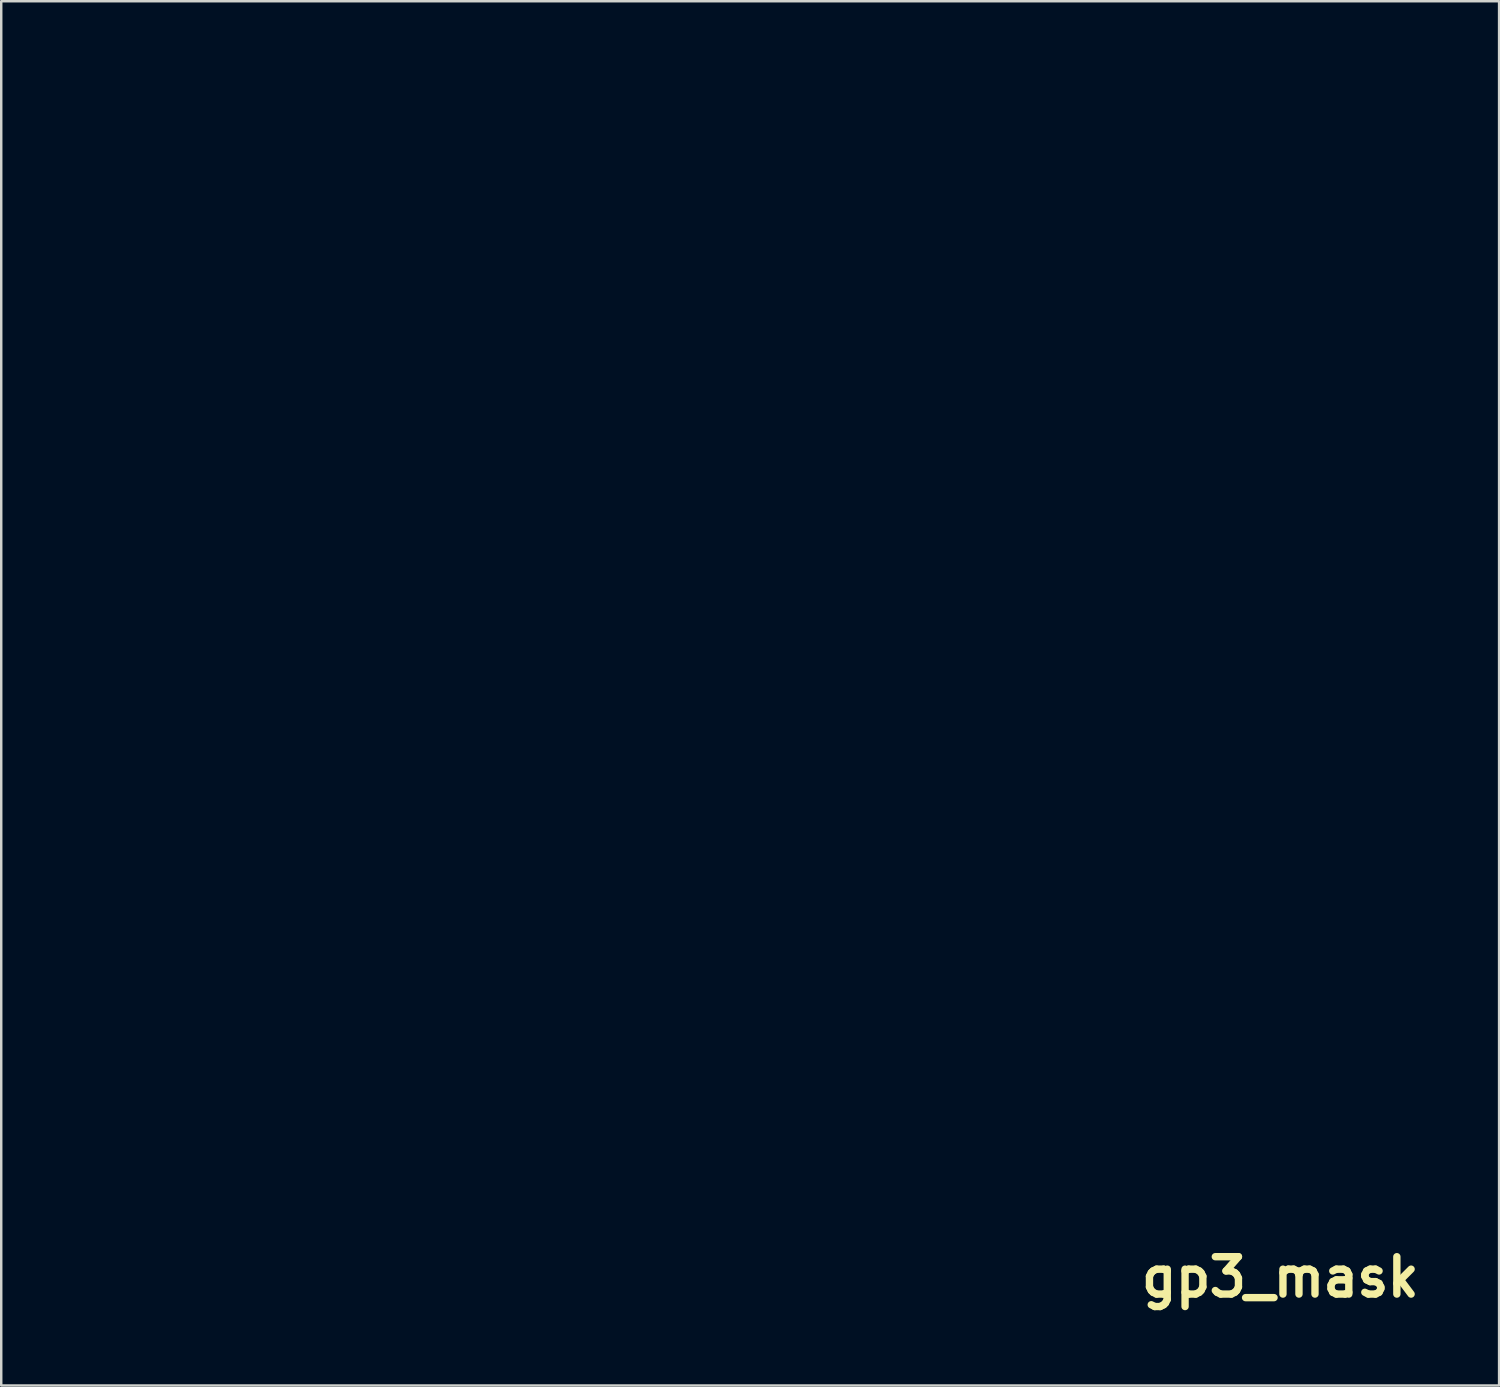
<source format=kicad_pcb>
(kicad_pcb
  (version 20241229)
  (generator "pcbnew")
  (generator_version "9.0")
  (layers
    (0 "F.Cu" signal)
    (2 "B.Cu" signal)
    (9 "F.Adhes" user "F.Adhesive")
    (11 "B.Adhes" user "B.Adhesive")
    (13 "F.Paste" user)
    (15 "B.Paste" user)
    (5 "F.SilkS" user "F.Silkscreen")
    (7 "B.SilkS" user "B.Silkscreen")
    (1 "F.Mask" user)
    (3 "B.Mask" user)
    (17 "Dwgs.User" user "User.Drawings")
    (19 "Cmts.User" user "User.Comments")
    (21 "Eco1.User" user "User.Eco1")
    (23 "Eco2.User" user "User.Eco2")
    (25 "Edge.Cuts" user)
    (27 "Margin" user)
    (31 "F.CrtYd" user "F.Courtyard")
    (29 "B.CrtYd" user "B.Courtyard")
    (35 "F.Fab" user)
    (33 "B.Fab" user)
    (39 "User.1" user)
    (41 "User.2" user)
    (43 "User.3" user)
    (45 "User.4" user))
  (footprint "gp3_mask"
    (layer "F.Cu")
    (at 49.154 49.027)
    (property "Reference" "gp3_mask" (at 0 0 0) (layer "F.SilkS") (effects (font (size 1.524 1.524) (thickness 0.3))))
    (attr through_hole)
    (fp_poly (pts (xy -39.98 -33.037) (xy -39.874 -32.96) (xy -39.836 -32.833) (xy -39.836 -32.824) (xy -39.853 -32.683) (xy -39.914 -32.599) (xy -40.033 -32.561) (xy -40.153 -32.554) (xy -40.297 -32.561) (xy -40.38 -32.585) (xy -40.426 -32.634) (xy -40.427 -32.636) (xy -40.467 -32.776) (xy -40.453 -32.913) (xy -40.404 -32.996) (xy -40.31 -33.043) (xy -40.166 -33.062) (xy -40.153 -33.062) (xy -39.98 -33.037)) (stroke (width 0.01) (type solid)) (fill yes) (layer "F.Mask"))
    (fp_poly (pts (xy -40.064 -32.24) (xy -39.991 -32.202) (xy -39.919 -32.136) (xy -39.793 -32.011) (xy -39.793 -30.353) (xy -40.344 -30.353) (xy -40.344 -31.012) (xy -40.346 -31.301) (xy -40.355 -31.515) (xy -40.373 -31.666) (xy -40.401 -31.762) (xy -40.443 -31.815) (xy -40.499 -31.834) (xy -40.517 -31.835) (xy -40.568 -31.845) (xy -40.591 -31.889) (xy -40.592 -31.988) (xy -40.589 -32.036) (xy -40.577 -32.237) (xy -40.311 -32.249) (xy -40.16 -32.253) (xy -40.064 -32.24)) (stroke (width 0.01) (type solid)) (fill yes) (layer "F.Mask"))
    (fp_poly (pts (xy -40.997 -42.947) (xy -40.897 -42.903) (xy -40.733 -42.779) (xy -40.63 -42.624) (xy -40.576 -42.419) (xy -40.568 -42.346) (xy -40.574 -42.078) (xy -40.637 -41.826) (xy -40.748 -41.602) (xy -40.897 -41.421) (xy -41.077 -41.294) (xy -41.277 -41.235) (xy -41.329 -41.233) (xy -41.421 -41.251) (xy -41.553 -41.299) (xy -41.643 -41.34) (xy -41.861 -41.492) (xy -42.028 -41.695) (xy -42.133 -41.933) (xy -42.164 -42.153) (xy -42.137 -42.318) (xy -42.068 -42.5) (xy -41.975 -42.662) (xy -41.911 -42.735) (xy -41.857 -42.78) (xy -41.847 -42.768) (xy -41.874 -42.688) (xy -41.877 -42.681) (xy -41.903 -42.572) (xy -41.876 -42.48) (xy -41.853 -42.443) (xy -41.753 -42.354) (xy -41.635 -42.334) (xy -41.522 -42.379) (xy -41.442 -42.488) (xy -41.44 -42.493) (xy -41.429 -42.622) (xy -41.49 -42.73) (xy -41.608 -42.798) (xy -41.666 -42.809) (xy -41.804 -42.825) (xy -41.635 -42.904) (xy -41.427 -42.968) (xy -41.203 -42.982) (xy -40.997 -42.947)) (stroke (width 0.01) (type solid)) (fill yes) (layer "F.Mask"))
    (fp_poly (pts (xy -38.053 -32.241) (xy -37.94 -32.192) (xy -37.86 -32.125) (xy -37.8 -32.042) (xy -37.755 -31.931) (xy -37.723 -31.778) (xy -37.7 -31.571) (xy -37.683 -31.298) (xy -37.677 -31.157) (xy -37.667 -30.878) (xy -37.664 -30.673) (xy -37.673 -30.529) (xy -37.697 -30.436) (xy -37.739 -30.384) (xy -37.802 -30.36) (xy -37.892 -30.353) (xy -37.931 -30.353) (xy -38.044 -30.358) (xy -38.127 -30.38) (xy -38.185 -30.431) (xy -38.222 -30.522) (xy -38.244 -30.666) (xy -38.256 -30.873) (xy -38.262 -31.091) (xy -38.268 -31.333) (xy -38.276 -31.505) (xy -38.287 -31.62) (xy -38.304 -31.69) (xy -38.327 -31.73) (xy -38.356 -31.751) (xy -38.451 -31.77) (xy -38.58 -31.734) (xy -38.586 -31.732) (xy -38.735 -31.67) (xy -38.735 -30.353) (xy -39.285 -30.353) (xy -39.285 -32.258) (xy -39.114 -32.258) (xy -38.961 -32.236) (xy -38.844 -32.159) (xy -38.839 -32.154) (xy -38.734 -32.049) (xy -38.581 -32.154) (xy -38.416 -32.229) (xy -38.229 -32.259) (xy -38.053 -32.241)) (stroke (width 0.01) (type solid)) (fill yes) (layer "F.Mask"))
    (fp_poly (pts (xy -31.766 -43.022) (xy -31.639 -42.971) (xy -31.631 -42.968) (xy -31.484 -42.889) (xy -31.353 -42.794) (xy -31.3 -42.743) (xy -31.243 -42.665) (xy -31.212 -42.589) (xy -31.202 -42.485) (xy -31.206 -42.326) (xy -31.207 -42.314) (xy -31.246 -42.043) (xy -31.33 -41.801) (xy -31.449 -41.607) (xy -31.549 -41.512) (xy -31.674 -41.457) (xy -31.85 -41.423) (xy -32.044 -41.412) (xy -32.226 -41.426) (xy -32.322 -41.451) (xy -32.524 -41.567) (xy -32.676 -41.739) (xy -32.769 -41.95) (xy -32.794 -42.182) (xy -32.771 -42.328) (xy -32.695 -42.523) (xy -32.584 -42.696) (xy -32.457 -42.82) (xy -32.415 -42.846) (xy -32.322 -42.894) (xy -32.417 -42.803) (xy -32.497 -42.678) (xy -32.503 -42.55) (xy -32.439 -42.437) (xy -32.311 -42.36) (xy -32.28 -42.351) (xy -32.143 -42.354) (xy -32.035 -42.427) (xy -31.987 -42.524) (xy -31.989 -42.669) (xy -32.068 -42.789) (xy -32.185 -42.861) (xy -32.316 -42.917) (xy -32.084 -42.99) (xy -31.949 -43.029) (xy -31.856 -43.041) (xy -31.766 -43.022)) (stroke (width 0.01) (type solid)) (fill yes) (layer "F.Mask"))
    (fp_poly (pts (xy -33.78 -32.919) (xy -33.558 -32.841) (xy -33.313 -32.727) (xy -33.401 -32.554) (xy -33.466 -32.445) (xy -33.525 -32.373) (xy -33.543 -32.36) (xy -33.611 -32.365) (xy -33.722 -32.399) (xy -33.785 -32.425) (xy -33.985 -32.487) (xy -34.205 -32.509) (xy -34.412 -32.491) (xy -34.55 -32.445) (xy -34.688 -32.327) (xy -34.784 -32.136) (xy -34.837 -31.874) (xy -34.849 -31.64) (xy -34.83 -31.339) (xy -34.769 -31.108) (xy -34.662 -30.942) (xy -34.505 -30.836) (xy -34.293 -30.784) (xy -34.146 -30.776) (xy -33.867 -30.776) (xy -33.867 -31.316) (xy -34.038 -31.338) (xy -34.203 -31.378) (xy -34.297 -31.449) (xy -34.332 -31.559) (xy -34.332 -31.582) (xy -34.326 -31.705) (xy -34.296 -31.78) (xy -34.225 -31.819) (xy -34.097 -31.833) (xy -33.974 -31.835) (xy -33.724 -31.823) (xy -33.546 -31.788) (xy -33.428 -31.723) (xy -33.361 -31.629) (xy -33.34 -31.53) (xy -33.328 -31.361) (xy -33.324 -31.135) (xy -33.326 -30.986) (xy -33.337 -30.459) (xy -33.549 -30.405) (xy -33.749 -30.366) (xy -33.98 -30.34) (xy -34.219 -30.327) (xy -34.441 -30.328) (xy -34.624 -30.344) (xy -34.724 -30.368) (xy -34.979 -30.498) (xy -35.175 -30.674) (xy -35.313 -30.904) (xy -35.398 -31.192) (xy -35.432 -31.544) (xy -35.433 -31.623) (xy -35.402 -31.991) (xy -35.312 -32.307) (xy -35.165 -32.567) (xy -34.962 -32.766) (xy -34.706 -32.902) (xy -34.675 -32.913) (xy -34.395 -32.969) (xy -34.086 -32.97) (xy -33.78 -32.919)) (stroke (width 0.01) (type solid)) (fill yes) (layer "F.Mask"))
    (fp_poly (pts (xy -35.966 -32.257) (xy -35.831 -32.251) (xy -35.728 -32.234) (xy -35.697 -32.223) (xy -35.684 -32.193) (xy -35.686 -32.124) (xy -35.705 -32.007) (xy -35.743 -31.835) (xy -35.8 -31.6) (xy -35.88 -31.293) (xy -35.898 -31.224) (xy -36.004 -30.83) (xy -36.095 -30.51) (xy -36.176 -30.255) (xy -36.25 -30.056) (xy -36.322 -29.905) (xy -36.395 -29.792) (xy -36.474 -29.709) (xy -36.563 -29.648) (xy -36.649 -29.607) (xy -36.765 -29.578) (xy -36.933 -29.56) (xy -37.118 -29.554) (xy -37.289 -29.561) (xy -37.391 -29.578) (xy -37.449 -29.632) (xy -37.463 -29.742) (xy -37.43 -29.888) (xy -37.425 -29.901) (xy -37.395 -29.964) (xy -37.348 -29.987) (xy -37.26 -29.978) (xy -37.2 -29.966) (xy -36.998 -29.95) (xy -36.841 -30.003) (xy -36.718 -30.127) (xy -36.703 -30.151) (xy -36.639 -30.265) (xy -36.626 -30.326) (xy -36.665 -30.35) (xy -36.719 -30.353) (xy -36.798 -30.36) (xy -36.865 -30.388) (xy -36.924 -30.445) (xy -36.98 -30.542) (xy -37.039 -30.688) (xy -37.105 -30.892) (xy -37.183 -31.164) (xy -37.232 -31.346) (xy -37.313 -31.651) (xy -37.371 -31.883) (xy -37.407 -32.049) (xy -37.422 -32.156) (xy -37.419 -32.213) (xy -37.41 -32.224) (xy -37.324 -32.25) (xy -37.198 -32.257) (xy -37.065 -32.249) (xy -36.959 -32.225) (xy -36.921 -32.202) (xy -36.896 -32.143) (xy -36.857 -32.019) (xy -36.809 -31.847) (xy -36.757 -31.646) (xy -36.704 -31.432) (xy -36.657 -31.224) (xy -36.618 -31.039) (xy -36.599 -30.935) (xy -36.571 -30.839) (xy -36.535 -30.781) (xy -36.504 -30.774) (xy -36.492 -30.829) (xy -36.483 -30.887) (xy -36.458 -31.011) (xy -36.421 -31.189) (xy -36.374 -31.404) (xy -36.337 -31.57) (xy -36.182 -32.258) (xy -35.966 -32.257)) (stroke (width 0.01) (type solid)) (fill yes) (layer "F.Mask"))
    (fp_poly (pts (xy -36.353 -39.38) (xy -36.185 -39.351) (xy -36.062 -39.287) (xy -35.964 -39.177) (xy -35.872 -39.011) (xy -35.866 -38.998) (xy -35.781 -38.843) (xy -35.689 -38.739) (xy -35.563 -38.655) (xy -35.551 -38.649) (xy -35.343 -38.519) (xy -35.201 -38.386) (xy -35.108 -38.228) (xy -35.072 -38.127) (xy -35.018 -37.851) (xy -35.022 -37.597) (xy -35.079 -37.394) (xy -35.177 -37.246) (xy -35.313 -37.153) (xy -35.492 -37.102) (xy -35.629 -37.065) (xy -35.721 -37.002) (xy -35.779 -36.898) (xy -35.811 -36.736) (xy -35.824 -36.593) (xy -35.862 -36.304) (xy -35.93 -36.093) (xy -36.03 -35.955) (xy -36.124 -35.9) (xy -36.237 -35.878) (xy -36.401 -35.864) (xy -36.588 -35.86) (xy -36.768 -35.866) (xy -36.914 -35.88) (xy -36.98 -35.897) (xy -37.06 -35.949) (xy -37.16 -36.041) (xy -37.203 -36.086) (xy -37.273 -36.173) (xy -37.314 -36.252) (xy -37.333 -36.351) (xy -37.338 -36.498) (xy -37.338 -36.553) (xy -37.339 -36.645) (xy -37.126 -36.645) (xy -37.107 -36.401) (xy -37.049 -36.23) (xy -36.952 -36.134) (xy -36.85 -36.11) (xy -36.777 -36.128) (xy -36.729 -36.196) (xy -36.705 -36.269) (xy -36.686 -36.371) (xy -36.509 -36.371) (xy -36.505 -36.244) (xy -36.492 -36.166) (xy -36.467 -36.121) (xy -36.426 -36.091) (xy -36.407 -36.081) (xy -36.308 -36.036) (xy -36.247 -36.036) (xy -36.189 -36.08) (xy -36.178 -36.091) (xy -36.107 -36.208) (xy -36.055 -36.385) (xy -36.028 -36.601) (xy -36.026 -36.687) (xy -36.05 -36.875) (xy -36.116 -37.02) (xy -36.216 -37.108) (xy -36.299 -37.126) (xy -36.383 -37.113) (xy -36.441 -37.065) (xy -36.479 -36.971) (xy -36.499 -36.817) (xy -36.507 -36.593) (xy -36.508 -36.566) (xy -36.509 -36.371) (xy -36.686 -36.371) (xy -36.673 -36.44) (xy -36.66 -36.628) (xy -36.666 -36.81) (xy -36.69 -36.959) (xy -36.731 -37.049) (xy -36.838 -37.118) (xy -36.955 -37.105) (xy -37.042 -37.042) (xy -37.088 -36.98) (xy -37.114 -36.894) (xy -37.125 -36.76) (xy -37.126 -36.645) (xy -37.339 -36.645) (xy -37.341 -36.752) (xy -37.355 -36.881) (xy -37.386 -36.956) (xy -37.442 -36.99) (xy -37.529 -36.999) (xy -37.548 -36.999) (xy -37.716 -37.036) (xy -37.888 -37.131) (xy -38.036 -37.267) (xy -38.129 -37.414) (xy -38.178 -37.633) (xy -38.176 -37.659) (xy -37.884 -37.659) (xy -37.865 -37.566) (xy -37.82 -37.501) (xy -37.673 -37.381) (xy -37.493 -37.322) (xy -37.264 -37.319) (xy -37.232 -37.323) (xy -37.103 -37.333) (xy -36.91 -37.343) (xy -36.674 -37.351) (xy -36.415 -37.358) (xy -36.243 -37.361) (xy -35.972 -37.366) (xy -35.773 -37.372) (xy -35.631 -37.381) (xy -35.533 -37.395) (xy -35.465 -37.415) (xy -35.414 -37.443) (xy -35.396 -37.455) (xy -35.327 -37.522) (xy -35.294 -37.605) (xy -35.287 -37.736) (xy -35.287 -37.746) (xy -35.32 -37.975) (xy -35.406 -38.178) (xy -35.534 -38.33) (xy -35.578 -38.361) (xy -35.737 -38.417) (xy -35.937 -38.42) (xy -36.154 -38.373) (xy -36.299 -38.313) (xy -36.449 -38.252) (xy -36.599 -38.232) (xy -36.773 -38.253) (xy -36.993 -38.312) (xy -37.198 -38.37) (xy -37.35 -38.392) (xy -37.473 -38.38) (xy -37.59 -38.334) (xy -37.593 -38.332) (xy -37.734 -38.212) (xy -37.829 -38.021) (xy -37.875 -37.801) (xy -37.884 -37.659) (xy -38.176 -37.659) (xy -38.16 -37.872) (xy -38.085 -38.112) (xy -37.959 -38.331) (xy -37.791 -38.509) (xy -37.665 -38.592) (xy -37.564 -38.683) (xy -37.455 -38.853) (xy -37.411 -38.938) (xy -37.314 -39.115) (xy -37.208 -39.239) (xy -37.078 -39.318) (xy -36.905 -39.363) (xy -36.672 -39.382) (xy -36.584 -39.384) (xy -36.353 -39.38)) (stroke (width 0.01) (type solid)) (fill yes) (layer "F.Mask"))
    (fp_poly (pts (xy -26.993 -48.894) (xy -26.889 -48.725) (xy -26.819 -48.523) (xy -26.797 -48.364) (xy -26.768 -48.256) (xy -26.677 -48.195) (xy -26.518 -48.175) (xy -26.513 -48.175) (xy -26.389 -48.168) (xy -26.198 -48.146) (xy -25.958 -48.113) (xy -25.684 -48.072) (xy -25.393 -48.026) (xy -25.102 -47.976) (xy -24.827 -47.927) (xy -24.585 -47.879) (xy -24.392 -47.837) (xy -24.288 -47.81) (xy -24.256 -47.793) (xy -24.236 -47.756) (xy -24.224 -47.682) (xy -24.22 -47.56) (xy -24.222 -47.374) (xy -24.224 -47.255) (xy -24.236 -46.721) (xy -24.998 -46.564) (xy -25.261 -46.509) (xy -25.514 -46.457) (xy -25.738 -46.411) (xy -25.914 -46.375) (xy -26.007 -46.356) (xy -26.134 -46.326) (xy -26.215 -46.3) (xy -26.234 -46.286) (xy -26.18 -46.264) (xy -26.057 -46.23) (xy -25.881 -46.188) (xy -25.665 -46.139) (xy -25.426 -46.088) (xy -25.176 -46.038) (xy -24.932 -45.991) (xy -24.709 -45.951) (xy -24.519 -45.92) (xy -24.437 -45.909) (xy -24.215 -45.881) (xy -24.215 -45.334) (xy -24.217 -45.089) (xy -24.225 -44.92) (xy -24.24 -44.818) (xy -24.262 -44.773) (xy -24.268 -44.77) (xy -24.325 -44.756) (xy -24.45 -44.728) (xy -24.628 -44.688) (xy -24.845 -44.64) (xy -25.019 -44.602) (xy -25.341 -44.532) (xy -25.589 -44.476) (xy -25.772 -44.431) (xy -25.899 -44.397) (xy -25.98 -44.369) (xy -26.022 -44.346) (xy -26.035 -44.324) (xy -26.035 -44.323) (xy -26.011 -44.294) (xy -25.936 -44.26) (xy -25.802 -44.219) (xy -25.605 -44.17) (xy -25.337 -44.11) (xy -24.993 -44.038) (xy -24.924 -44.024) (xy -24.215 -43.88) (xy -24.215 -43.323) (xy -24.215 -42.766) (xy -24.458 -42.739) (xy -24.654 -42.712) (xy -24.879 -42.674) (xy -25.12 -42.628) (xy -25.361 -42.578) (xy -25.588 -42.527) (xy -25.788 -42.477) (xy -25.946 -42.432) (xy -26.047 -42.396) (xy -26.077 -42.374) (xy -26.064 -42.353) (xy -26.02 -42.329) (xy -25.936 -42.301) (xy -25.803 -42.265) (xy -25.614 -42.22) (xy -25.36 -42.164) (xy -25.032 -42.093) (xy -24.977 -42.081) (xy -24.236 -41.923) (xy -24.236 -40.831) (xy -24.363 -40.817) (xy -24.443 -40.805) (xy -24.591 -40.778) (xy -24.791 -40.741) (xy -25.03 -40.695) (xy -25.291 -40.643) (xy -25.32 -40.637) (xy -25.588 -40.585) (xy -25.839 -40.54) (xy -26.058 -40.503) (xy -26.227 -40.478) (xy -26.332 -40.468) (xy -26.336 -40.468) (xy -26.503 -40.46) (xy -26.586 -40.446) (xy -26.588 -40.424) (xy -26.508 -40.396) (xy -26.35 -40.362) (xy -26.113 -40.323) (xy -26.008 -40.308) (xy -25.719 -40.264) (xy -25.404 -40.212) (xy -25.096 -40.158) (xy -24.831 -40.106) (xy -24.786 -40.097) (xy -24.236 -39.981) (xy -24.224 -39.446) (xy -24.22 -39.223) (xy -24.221 -39.071) (xy -24.229 -38.975) (xy -24.245 -38.921) (xy -24.27 -38.895) (xy -24.288 -38.889) (xy -24.393 -38.863) (xy -24.565 -38.827) (xy -24.786 -38.783) (xy -25.039 -38.735) (xy -25.309 -38.687) (xy -25.576 -38.64) (xy -25.825 -38.599) (xy -26.038 -38.566) (xy -26.156 -38.549) (xy -26.348 -38.522) (xy -26.507 -38.498) (xy -26.616 -38.478) (xy -26.656 -38.467) (xy -26.627 -38.454) (xy -26.533 -38.438) (xy -26.392 -38.421) (xy -26.366 -38.419) (xy -26.219 -38.401) (xy -26.01 -38.369) (xy -25.762 -38.327) (xy -25.496 -38.279) (xy -25.315 -38.244) (xy -25.062 -38.195) (xy -24.826 -38.149) (xy -24.624 -38.109) (xy -24.475 -38.081) (xy -24.405 -38.068) (xy -24.236 -38.036) (xy -24.224 -37.497) (xy -24.221 -37.294) (xy -24.223 -37.126) (xy -24.228 -37.009) (xy -24.236 -36.958) (xy -24.237 -36.957) (xy -24.301 -36.948) (xy -24.429 -36.922) (xy -24.608 -36.884) (xy -24.821 -36.836) (xy -25.054 -36.783) (xy -25.293 -36.727) (xy -25.523 -36.672) (xy -25.728 -36.622) (xy -25.895 -36.579) (xy -26.008 -36.548) (xy -26.052 -36.532) (xy -26.049 -36.492) (xy -25.985 -36.454) (xy -25.849 -36.412) (xy -25.651 -36.362) (xy -25.414 -36.309) (xy -25.162 -36.258) (xy -24.917 -36.214) (xy -24.7 -36.181) (xy -24.543 -36.164) (xy -24.215 -36.141) (xy -24.215 -35.541) (xy -24.215 -34.942) (xy -24.627 -34.889) (xy -24.846 -34.857) (xy -25.083 -34.815) (xy -25.321 -34.766) (xy -25.547 -34.715) (xy -25.745 -34.664) (xy -25.9 -34.618) (xy -25.997 -34.579) (xy -26.023 -34.559) (xy -25.99 -34.531) (xy -25.882 -34.489) (xy -25.708 -34.437) (xy -25.476 -34.376) (xy -25.196 -34.309) (xy -24.875 -34.238) (xy -24.585 -34.178) (xy -24.215 -34.103) (xy -24.215 -33.548) (xy -24.215 -32.993) (xy -24.602 -32.941) (xy -24.774 -32.915) (xy -24.985 -32.878) (xy -25.217 -32.834) (xy -25.457 -32.786) (xy -25.688 -32.737) (xy -25.895 -32.69) (xy -26.062 -32.649) (xy -26.175 -32.617) (xy -26.215 -32.6) (xy -26.184 -32.584) (xy -26.081 -32.554) (xy -25.917 -32.513) (xy -25.702 -32.464) (xy -25.447 -32.408) (xy -25.231 -32.363) (xy -24.215 -32.155) (xy -24.215 -31.08) (xy -24.433 -31.033) (xy -24.701 -30.978) (xy -25.002 -30.921) (xy -25.317 -30.865) (xy -25.628 -30.813) (xy -25.918 -30.767) (xy -26.167 -30.732) (xy -26.358 -30.709) (xy -26.408 -30.705) (xy -26.575 -30.688) (xy -26.678 -30.669) (xy -26.71 -30.649) (xy -26.704 -30.644) (xy -26.624 -30.618) (xy -26.517 -30.608) (xy -26.439 -30.6) (xy -26.292 -30.579) (xy -26.087 -30.547) (xy -25.838 -30.506) (xy -25.558 -30.457) (xy -25.331 -30.417) (xy -25.043 -30.365) (xy -24.782 -30.318) (xy -24.56 -30.279) (xy -24.39 -30.249) (xy -24.281 -30.231) (xy -24.246 -30.226) (xy -24.235 -30.186) (xy -24.225 -30.078) (xy -24.218 -29.916) (xy -24.215 -29.717) (xy -24.215 -29.682) (xy -24.215 -29.138) (xy -24.839 -29.008) (xy -25.115 -28.951) (xy -25.416 -28.892) (xy -25.707 -28.837) (xy -25.954 -28.792) (xy -25.971 -28.789) (xy -26.246 -28.741) (xy -26.45 -28.704) (xy -26.593 -28.674) (xy -26.688 -28.645) (xy -26.746 -28.613) (xy -26.779 -28.572) (xy -26.798 -28.518) (xy -26.816 -28.447) (xy -26.819 -28.434) (xy -26.878 -28.269) (xy -26.963 -28.101) (xy -26.994 -28.053) (xy -27.119 -27.877) (xy -46.252 -27.855) (xy -46.387 -28.077) (xy -46.468 -28.23) (xy -46.532 -28.385) (xy -46.556 -28.469) (xy -46.569 -28.532) (xy -46.583 -28.579) (xy -46.612 -28.615) (xy -46.667 -28.645) (xy -46.759 -28.672) (xy -46.899 -28.701) (xy -47.099 -28.738) (xy -47.371 -28.786) (xy -47.599 -28.827) (xy -47.877 -28.88) (xy -48.173 -28.938) (xy -48.455 -28.995) (xy -48.503 -29.005) (xy -49.149 -29.138) (xy -49.149 -30.212) (xy -48.419 -30.346) (xy -48.138 -30.396) (xy -47.847 -30.447) (xy -47.573 -30.494) (xy -47.34 -30.532) (xy -47.244 -30.547) (xy -46.989 -30.586) (xy -46.813 -30.616) (xy -46.712 -30.639) (xy -46.682 -30.656) (xy -46.719 -30.671) (xy -46.817 -30.685) (xy -46.937 -30.696) (xy -47.095 -30.715) (xy -47.317 -30.747) (xy -47.586 -30.789) (xy -47.884 -30.839) (xy -48.191 -30.892) (xy -48.491 -30.947) (xy -48.765 -31) (xy -48.948 -31.037) (xy -49.149 -31.08) (xy -49.149 -32.153) (xy -48.133 -32.362) (xy -47.855 -32.421) (xy -47.608 -32.475) (xy -47.404 -32.523) (xy -47.252 -32.562) (xy -47.165 -32.589) (xy -47.149 -32.6) (xy -47.204 -32.622) (xy -47.327 -32.655) (xy -47.503 -32.698) (xy -47.715 -32.745) (xy -47.949 -32.795) (xy -48.188 -32.843) (xy -48.418 -32.887) (xy -48.624 -32.922) (xy -48.768 -32.944) (xy -49.149 -32.996) (xy -49.149 -34.102) (xy -48.779 -34.176) (xy -48.438 -34.248) (xy -48.127 -34.318) (xy -47.855 -34.384) (xy -47.632 -34.443) (xy -47.466 -34.494) (xy -47.366 -34.534) (xy -47.341 -34.559) (xy -47.389 -34.591) (xy -47.505 -34.633) (xy -47.675 -34.682) (xy -47.884 -34.733) (xy -48.116 -34.784) (xy -48.357 -34.831) (xy -48.591 -34.869) (xy -48.715 -34.886) (xy -49.149 -34.941) (xy -49.149 -36.141) (xy -48.821 -36.164) (xy -48.654 -36.182) (xy -48.436 -36.216) (xy -48.189 -36.261) (xy -47.937 -36.312) (xy -47.702 -36.364) (xy -47.507 -36.414) (xy -47.378 -36.454) (xy -47.311 -36.496) (xy -47.311 -36.532) (xy -47.358 -36.549) (xy -47.474 -36.58) (xy -47.642 -36.623) (xy -47.849 -36.674) (xy -48.079 -36.729) (xy -48.318 -36.785) (xy -48.551 -36.838) (xy -48.763 -36.885) (xy -48.94 -36.923) (xy -49.066 -36.948) (xy -49.126 -36.957) (xy -49.135 -36.997) (xy -49.14 -37.105) (xy -49.142 -37.266) (xy -49.14 -37.465) (xy -49.14 -37.497) (xy -49.128 -38.036) (xy -49.063 -38.048) (xy -45.364 -38.048) (xy -45.363 -37.308) (xy -45.363 -36.572) (xy -45.362 -35.848) (xy -45.36 -35.139) (xy -45.358 -34.45) (xy -45.356 -33.787) (xy -45.354 -33.154) (xy -45.351 -32.557) (xy -45.347 -32) (xy -45.344 -31.488) (xy -45.339 -31.026) (xy -45.335 -30.619) (xy -45.33 -30.273) (xy -45.325 -29.992) (xy -45.319 -29.78) (xy -45.313 -29.644) (xy -45.307 -29.588) (xy -45.198 -29.397) (xy -45.025 -29.225) (xy -44.806 -29.091) (xy -44.678 -29.04) (xy -44.529 -28.997) (xy -44.4 -28.967) (xy -44.336 -28.958) (xy -44.243 -28.956) (xy -44.25 -31.946) (xy -43.75 -31.946) (xy -43.75 -31.458) (xy -43.748 -30.996) (xy -43.745 -30.567) (xy -43.741 -30.182) (xy -43.736 -29.847) (xy -43.729 -29.573) (xy -43.722 -29.366) (xy -43.713 -29.242) (xy -43.681 -28.914) (xy -41.487 -28.914) (xy -41.486 -29.157) (xy -41.485 -29.192) (xy -41.402 -29.192) (xy -41.402 -29.002) (xy -41.053 -28.987) (xy -40.962 -28.985) (xy -40.793 -28.983) (xy -40.551 -28.981) (xy -40.244 -28.979) (xy -39.876 -28.977) (xy -39.456 -28.974) (xy -38.988 -28.972) (xy -38.479 -28.97) (xy -37.936 -28.969) (xy -37.364 -28.967) (xy -36.769 -28.965) (xy -36.396 -28.965) (xy -35.697 -28.963) (xy -35.078 -28.962) (xy -34.535 -28.962) (xy -34.061 -28.961) (xy -33.652 -28.962) (xy -33.305 -28.963) (xy -33.012 -28.964) (xy -32.771 -28.967) (xy -32.576 -28.97) (xy -32.421 -28.974) (xy -32.304 -28.979) (xy -32.217 -28.986) (xy -32.157 -28.993) (xy -32.12 -29.002) (xy -32.099 -29.012) (xy -32.09 -29.023) (xy -32.089 -29.033) (xy -32.098 -29.141) (xy -32.126 -29.314) (xy -32.168 -29.538) (xy -32.222 -29.795) (xy -32.263 -29.979) (xy -32.308 -30.159) (xy -32.345 -30.272) (xy -32.384 -30.336) (xy -32.43 -30.365) (xy -32.444 -30.369) (xy -32.621 -30.455) (xy -32.768 -30.607) (xy -32.879 -30.81) (xy -32.95 -31.051) (xy -32.973 -31.289) (xy -32.386 -31.289) (xy -32.378 -31.102) (xy -32.358 -30.943) (xy -32.325 -30.838) (xy -32.319 -30.828) (xy -32.223 -30.756) (xy -32.095 -30.733) (xy -31.975 -30.767) (xy -31.914 -30.849) (xy -31.868 -30.991) (xy -31.84 -31.172) (xy -31.832 -31.368) (xy -31.847 -31.558) (xy -31.881 -31.702) (xy -31.956 -31.816) (xy -32.066 -31.873) (xy -32.186 -31.871) (xy -32.291 -31.807) (xy -32.33 -31.75) (xy -32.362 -31.639) (xy -32.38 -31.476) (xy -32.386 -31.289) (xy -32.973 -31.289) (xy -32.975 -31.313) (xy -32.95 -31.583) (xy -32.914 -31.724) (xy -32.839 -31.961) (xy -32.956 -32.283) (xy -33.019 -32.44) (xy -33.109 -32.648) (xy -33.217 -32.884) (xy -33.331 -33.123) (xy -33.366 -33.195) (xy -33.548 -33.538) (xy -33.725 -33.813) (xy -33.909 -34.037) (xy -34.115 -34.224) (xy -34.354 -34.389) (xy -34.389 -34.411) (xy -34.827 -34.631) (xy -35.308 -34.798) (xy -35.823 -34.914) (xy -36.359 -34.979) (xy -36.905 -34.994) (xy -37.451 -34.961) (xy -37.984 -34.879) (xy -38.495 -34.75) (xy -38.971 -34.575) (xy -39.401 -34.354) (xy -39.774 -34.089) (xy -39.91 -33.966) (xy -40.062 -33.806) (xy -40.181 -33.646) (xy -40.289 -33.456) (xy -40.359 -33.31) (xy -40.567 -32.823) (xy -40.761 -32.299) (xy -40.936 -31.753) (xy -41.089 -31.2) (xy -41.217 -30.656) (xy -41.314 -30.137) (xy -41.377 -29.658) (xy -41.402 -29.236) (xy -41.402 -29.192) (xy -41.485 -29.192) (xy -41.481 -29.313) (xy -41.468 -29.514) (xy -41.448 -29.736) (xy -41.425 -29.951) (xy -41.402 -30.134) (xy -41.38 -30.258) (xy -41.373 -30.307) (xy -41.393 -30.336) (xy -41.456 -30.349) (xy -41.58 -30.353) (xy -41.655 -30.353) (xy -41.952 -30.353) (xy -41.952 -32.462) (xy -41.36 -32.462) (xy -41.356 -31.482) (xy -41.353 -30.501) (xy -41.254 -30.924) (xy -41.198 -31.146) (xy -41.127 -31.41) (xy -41.051 -31.679) (xy -40.998 -31.856) (xy -40.937 -32.055) (xy -40.884 -32.229) (xy -40.844 -32.358) (xy -40.824 -32.426) (xy -40.823 -32.427) (xy -40.826 -32.461) (xy -40.872 -32.478) (xy -40.976 -32.481) (xy -41.082 -32.477) (xy -41.36 -32.462) (xy -41.952 -32.462) (xy -41.952 -32.47) (xy -42.587 -32.47) (xy -42.587 -32.935) (xy -41.661 -32.935) (xy -41.356 -32.935) (xy -41.125 -32.933) (xy -40.958 -32.928) (xy -40.843 -32.921) (xy -40.77 -32.909) (xy -40.729 -32.892) (xy -40.709 -32.87) (xy -40.705 -32.861) (xy -40.681 -32.85) (xy -40.64 -32.906) (xy -40.577 -33.034) (xy -40.515 -33.179) (xy -40.333 -33.556) (xy -40.125 -33.864) (xy -39.881 -34.116) (xy -39.789 -34.191) (xy -39.326 -34.495) (xy -38.812 -34.734) (xy -38.246 -34.908) (xy -37.627 -35.018) (xy -36.953 -35.065) (xy -36.767 -35.067) (xy -36.142 -35.04) (xy -35.58 -34.96) (xy -35.077 -34.827) (xy -34.627 -34.638) (xy -34.226 -34.391) (xy -33.87 -34.086) (xy -33.865 -34.081) (xy -33.74 -33.951) (xy -33.63 -33.821) (xy -33.528 -33.682) (xy -33.429 -33.522) (xy -33.326 -33.331) (xy -33.215 -33.099) (xy -33.09 -32.815) (xy -32.944 -32.47) (xy -32.835 -32.203) (xy -32.769 -32.043) (xy -32.607 -32.15) (xy -32.377 -32.256) (xy -32.128 -32.292) (xy -31.88 -32.261) (xy -31.653 -32.162) (xy -31.521 -32.057) (xy -31.395 -31.904) (xy -31.316 -31.73) (xy -31.275 -31.516) (xy -31.265 -31.284) (xy -31.296 -30.971) (xy -31.385 -30.718) (xy -31.532 -30.525) (xy -31.737 -30.394) (xy -31.997 -30.326) (xy -32.023 -30.323) (xy -32.159 -30.305) (xy -32.227 -30.282) (xy -32.241 -30.247) (xy -32.236 -30.231) (xy -32.219 -30.166) (xy -32.191 -30.035) (xy -32.154 -29.856) (xy -32.113 -29.646) (xy -32.102 -29.591) (xy -32.062 -29.378) (xy -32.026 -29.193) (xy -31.998 -29.053) (xy -31.981 -28.974) (xy -31.979 -28.966) (xy -31.957 -28.95) (xy -31.895 -28.937) (xy -31.787 -28.929) (xy -31.624 -28.923) (xy -31.398 -28.921) (xy -31.103 -28.921) (xy -30.768 -28.924) (xy -29.571 -28.935) (xy -29.54 -29.104) (xy -29.523 -29.242) (xy -29.509 -29.458) (xy -29.497 -29.745) (xy -29.488 -30.097) (xy -29.481 -30.507) (xy -29.477 -30.97) (xy -29.475 -31.477) (xy -29.476 -32.023) (xy -29.48 -32.602) (xy -29.487 -33.205) (xy -29.496 -33.828) (xy -29.505 -34.279) (xy -29.514 -34.75) (xy -29.525 -35.201) (xy -29.535 -35.624) (xy -29.545 -36.01) (xy -29.555 -36.352) (xy -29.564 -36.643) (xy -29.572 -36.873) (xy -29.579 -37.035) (xy -29.585 -37.121) (xy -29.585 -37.125) (xy -29.612 -37.336) (xy -29.824 -37.168) (xy -30.083 -37.005) (xy -30.402 -36.882) (xy -30.784 -36.797) (xy -31.234 -36.751) (xy -31.656 -36.74) (xy -32.068 -36.753) (xy -32.419 -36.79) (xy -32.732 -36.859) (xy -33.029 -36.964) (xy -33.333 -37.111) (xy -33.496 -37.203) (xy -33.941 -37.513) (xy -34.331 -37.886) (xy -34.662 -38.314) (xy -34.929 -38.792) (xy -35.127 -39.313) (xy -35.162 -39.434) (xy -35.227 -39.783) (xy -35.256 -40.185) (xy -35.254 -40.358) (xy -34.778 -40.358) (xy -34.761 -40.019) (xy -34.722 -39.713) (xy -34.68 -39.527) (xy -34.495 -39.022) (xy -34.243 -38.568) (xy -33.928 -38.167) (xy -33.553 -37.824) (xy -33.119 -37.541) (xy -33.062 -37.511) (xy -32.622 -37.318) (xy -32.178 -37.199) (xy -31.717 -37.152) (xy -31.225 -37.174) (xy -30.946 -37.214) (xy -30.614 -37.313) (xy -30.298 -37.489) (xy -30.002 -37.736) (xy -29.732 -38.046) (xy -29.494 -38.413) (xy -29.293 -38.83) (xy -29.134 -39.29) (xy -29.059 -39.594) (xy -29.021 -39.856) (xy -29.003 -40.168) (xy -29.004 -40.497) (xy -29.024 -40.808) (xy -29.061 -41.059) (xy -29.202 -41.54) (xy -29.41 -41.981) (xy -29.682 -42.375) (xy -30.01 -42.715) (xy -30.39 -42.993) (xy -30.556 -43.086) (xy -30.752 -43.182) (xy -30.924 -43.254) (xy -31.089 -43.305) (xy -31.266 -43.339) (xy -31.474 -43.359) (xy -31.729 -43.368) (xy -32.05 -43.37) (xy -32.795 -43.37) (xy -33.214 -43.163) (xy -33.63 -42.913) (xy -33.988 -42.601) (xy -34.285 -42.233) (xy -34.519 -41.81) (xy -34.687 -41.335) (xy -34.697 -41.296) (xy -34.747 -41.025) (xy -34.774 -40.703) (xy -34.778 -40.358) (xy -35.254 -40.358) (xy -35.25 -40.616) (xy -35.209 -41.051) (xy -35.136 -41.466) (xy -35.033 -41.836) (xy -34.83 -42.294) (xy -34.557 -42.71) (xy -34.222 -43.076) (xy -33.832 -43.385) (xy -33.394 -43.63) (xy -33.088 -43.751) (xy -32.838 -43.827) (xy -32.618 -43.872) (xy -32.403 -43.887) (xy -32.172 -43.872) (xy -31.9 -43.827) (xy -31.653 -43.774) (xy -31.44 -43.727) (xy -31.255 -43.689) (xy -31.115 -43.663) (xy -31.035 -43.654) (xy -31.025 -43.655) (xy -31.036 -43.683) (xy -31.107 -43.746) (xy -31.226 -43.835) (xy -31.381 -43.944) (xy -31.559 -44.062) (xy -31.748 -44.182) (xy -31.936 -44.296) (xy -32.109 -44.395) (xy -32.216 -44.451) (xy -32.466 -44.564) (xy -31.447 -44.564) (xy -31.25 -44.335) (xy -31.052 -44.106) (xy -30.954 -44.225) (xy -30.881 -44.328) (xy -30.794 -44.472) (xy -30.73 -44.589) (xy -30.661 -44.71) (xy -30.601 -44.79) (xy -30.565 -44.81) (xy -30.549 -44.753) (xy -30.581 -44.643) (xy -30.656 -44.491) (xy -30.702 -44.413) (xy -30.791 -44.269) (xy -30.646 -44.294) (xy -30.481 -44.292) (xy -30.374 -44.261) (xy -30.304 -44.227) (xy -30.292 -44.21) (xy -30.347 -44.206) (xy -30.465 -44.208) (xy -30.652 -44.194) (xy -30.768 -44.139) (xy -30.816 -44.039) (xy -30.819 -44.005) (xy -30.786 -43.92) (xy -30.707 -43.817) (xy -30.605 -43.721) (xy -30.506 -43.658) (xy -30.459 -43.646) (xy -30.393 -43.672) (xy -30.295 -43.739) (xy -30.245 -43.78) (xy -30.091 -43.946) (xy -29.963 -44.142) (xy -29.877 -44.341) (xy -29.845 -44.514) (xy -29.881 -44.734) (xy -29.981 -44.924) (xy -30.13 -45.067) (xy -30.317 -45.152) (xy -30.455 -45.168) (xy -30.592 -45.157) (xy -30.717 -45.121) (xy -30.849 -45.05) (xy -31.006 -44.936) (xy -31.154 -44.814) (xy -31.447 -44.564) (xy -32.466 -44.564) (xy -33.002 -44.807) (xy -33.805 -45.094) (xy -34.609 -45.309) (xy -35.141 -45.41) (xy -35.387 -45.439) (xy -35.698 -45.461) (xy -36.055 -45.477) (xy -36.439 -45.486) (xy -36.83 -45.487) (xy -37.209 -45.482) (xy -37.556 -45.469) (xy -37.853 -45.448) (xy -38.015 -45.43) (xy -38.729 -45.311) (xy -39.375 -45.162) (xy -39.969 -44.975) (xy -40.523 -44.748) (xy -41.051 -44.474) (xy -41.568 -44.149) (xy -41.59 -44.134) (xy -41.774 -44.006) (xy -41.93 -43.896) (xy -42.047 -43.813) (xy -42.112 -43.764) (xy -42.122 -43.755) (xy -42.083 -43.757) (xy -41.976 -43.771) (xy -41.819 -43.795) (xy -41.627 -43.826) (xy -41.624 -43.826) (xy -41.262 -43.875) (xy -40.9 -43.9) (xy -40.559 -43.902) (xy -40.259 -43.88) (xy -40.018 -43.836) (xy -40.007 -43.833) (xy -39.651 -43.694) (xy -39.291 -43.488) (xy -38.947 -43.229) (xy -38.638 -42.932) (xy -38.388 -42.617) (xy -38.236 -42.37) (xy -38.092 -42.092) (xy -37.967 -41.809) (xy -37.875 -41.55) (xy -37.842 -41.423) (xy -37.814 -41.236) (xy -37.796 -40.989) (xy -37.786 -40.704) (xy -37.786 -40.401) (xy -37.794 -40.103) (xy -37.81 -39.83) (xy -37.835 -39.605) (xy -37.858 -39.485) (xy -38.031 -38.944) (xy -38.265 -38.46) (xy -38.563 -38.03) (xy -38.926 -37.651) (xy -39.358 -37.32) (xy -39.377 -37.307) (xy -39.722 -37.106) (xy -40.072 -36.954) (xy -40.444 -36.846) (xy -40.853 -36.779) (xy -41.318 -36.749) (xy -41.554 -36.745) (xy -41.913 -36.752) (xy -42.206 -36.776) (xy -42.453 -36.823) (xy -42.67 -36.899) (xy -42.877 -37.011) (xy -43.091 -37.164) (xy -43.277 -37.318) (xy -43.415 -37.434) (xy -43.528 -37.524) (xy -43.601 -37.577) (xy -43.621 -37.586) (xy -43.628 -37.542) (xy -43.638 -37.424) (xy -43.651 -37.246) (xy -43.666 -37.019) (xy -43.683 -36.755) (xy -43.693 -36.576) (xy -43.703 -36.367) (xy -43.712 -36.09) (xy -43.72 -35.753) (xy -43.727 -35.366) (xy -43.733 -34.937) (xy -43.738 -34.473) (xy -43.743 -33.984) (xy -43.746 -33.479) (xy -43.749 -32.965) (xy -43.75 -32.451) (xy -43.75 -31.946) (xy -44.25 -31.946) (xy -44.251 -32.226) (xy -44.252 -32.88) (xy -44.253 -33.457) (xy -44.252 -33.967) (xy -44.25 -34.419) (xy -44.246 -34.821) (xy -44.241 -35.183) (xy -44.233 -35.512) (xy -44.223 -35.818) (xy -44.211 -36.109) (xy -44.195 -36.395) (xy -44.177 -36.683) (xy -44.155 -36.983) (xy -44.13 -37.303) (xy -44.105 -37.613) (xy -44.055 -38.206) (xy -44.23 -38.798) (xy -44.299 -39.047) (xy -44.363 -39.304) (xy -44.416 -39.539) (xy -44.451 -39.726) (xy -44.454 -39.747) (xy -44.481 -40.062) (xy -44.484 -40.42) (xy -44.482 -40.465) (xy -44.014 -40.465) (xy -44.009 -39.962) (xy -43.943 -39.498) (xy -43.812 -39.053) (xy -43.609 -38.606) (xy -43.509 -38.425) (xy -43.372 -38.217) (xy -43.198 -37.997) (xy -43.007 -37.785) (xy -42.816 -37.601) (xy -42.644 -37.464) (xy -42.599 -37.436) (xy -42.257 -37.283) (xy -41.87 -37.193) (xy -41.451 -37.168) (xy -41.012 -37.211) (xy -40.997 -37.213) (xy -40.462 -37.347) (xy -39.972 -37.551) (xy -39.53 -37.821) (xy -39.142 -38.156) (xy -38.809 -38.552) (xy -38.539 -39) (xy -38.442 -39.207) (xy -38.37 -39.4) (xy -38.321 -39.597) (xy -38.29 -39.819) (xy -38.274 -40.084) (xy -38.269 -40.413) (xy -38.269 -40.435) (xy -38.273 -40.771) (xy -38.286 -41.041) (xy -38.312 -41.263) (xy -38.352 -41.454) (xy -38.409 -41.634) (xy -38.468 -41.778) (xy -38.706 -42.22) (xy -38.998 -42.601) (xy -39.34 -42.916) (xy -39.726 -43.164) (xy -40.151 -43.34) (xy -40.61 -43.441) (xy -41.099 -43.464) (xy -41.169 -43.461) (xy -41.689 -43.396) (xy -42.166 -43.263) (xy -42.595 -43.062) (xy -42.975 -42.798) (xy -43.299 -42.471) (xy -43.567 -42.085) (xy -43.658 -41.91) (xy -43.792 -41.615) (xy -43.887 -41.355) (xy -43.95 -41.099) (xy -43.99 -40.82) (xy -44.013 -40.487) (xy -44.014 -40.465) (xy -44.482 -40.465) (xy -44.465 -40.789) (xy -44.425 -41.137) (xy -44.369 -41.423) (xy -44.25 -41.783) (xy -44.084 -42.154) (xy -43.885 -42.504) (xy -43.669 -42.803) (xy -43.659 -42.814) (xy -43.538 -42.96) (xy -43.431 -43.095) (xy -43.354 -43.197) (xy -43.339 -43.221) (xy -43.294 -43.299) (xy -43.294 -43.355) (xy -43.346 -43.424) (xy -43.377 -43.458) (xy -43.528 -43.672) (xy -43.644 -43.937) (xy -43.722 -44.235) (xy -43.759 -44.545) (xy -43.758 -44.66) (xy -43.349 -44.66) (xy -43.33 -44.519) (xy -43.277 -44.345) (xy -43.2 -44.155) (xy -43.107 -43.966) (xy -43.008 -43.796) (xy -42.91 -43.661) (xy -42.824 -43.579) (xy -42.776 -43.561) (xy -42.72 -43.593) (xy -42.637 -43.675) (xy -42.566 -43.762) (xy -42.467 -43.92) (xy -42.429 -44.047) (xy -42.428 -44.09) (xy -42.441 -44.16) (xy -42.478 -44.209) (xy -42.556 -44.251) (xy -42.696 -44.3) (xy -42.714 -44.306) (xy -42.87 -44.365) (xy -42.971 -44.422) (xy -43.002 -44.461) (xy -42.991 -44.536) (xy -42.923 -44.556) (xy -42.807 -44.518) (xy -42.797 -44.513) (xy -42.672 -44.469) (xy -42.554 -44.458) (xy -42.553 -44.458) (xy -42.48 -44.475) (xy -42.448 -44.522) (xy -42.439 -44.622) (xy -42.439 -44.647) (xy -42.433 -44.763) (xy -42.419 -44.839) (xy -42.413 -44.849) (xy -42.37 -44.849) (xy -42.321 -44.783) (xy -42.278 -44.666) (xy -42.257 -44.571) (xy -42.23 -44.453) (xy -42.189 -44.396) (xy -42.118 -44.374) (xy -42.113 -44.373) (xy -42.005 -44.39) (xy -41.933 -44.463) (xy -41.895 -44.593) (xy -41.936 -44.745) (xy -42.054 -44.913) (xy -42.247 -45.095) (xy -42.35 -45.175) (xy -42.547 -45.274) (xy -42.751 -45.299) (xy -42.946 -45.258) (xy -43.118 -45.158) (xy -43.252 -45.006) (xy -43.332 -44.811) (xy -43.349 -44.66) (xy -43.758 -44.66) (xy -43.755 -44.848) (xy -43.707 -45.126) (xy -43.614 -45.36) (xy -43.576 -45.419) (xy -43.407 -45.605) (xy -43.21 -45.721) (xy -42.967 -45.776) (xy -42.82 -45.783) (xy -42.581 -45.764) (xy -42.362 -45.704) (xy -42.147 -45.594) (xy -41.919 -45.426) (xy -41.702 -45.231) (xy -41.359 -44.903) (xy -40.929 -45.105) (xy -40.483 -45.304) (xy -40.067 -45.462) (xy -39.643 -45.592) (xy -39.306 -45.679) (xy -38.934 -45.763) (xy -38.594 -45.829) (xy -38.266 -45.878) (xy -37.932 -45.913) (xy -37.572 -45.935) (xy -37.166 -45.948) (xy -36.703 -45.952) (xy -36.073 -45.943) (xy -35.509 -45.915) (xy -34.995 -45.862) (xy -34.515 -45.783) (xy -34.05 -45.673) (xy -33.586 -45.529) (xy -33.105 -45.347) (xy -32.59 -45.125) (xy -32.513 -45.09) (xy -31.86 -44.789) (xy -31.583 -45.079) (xy -31.333 -45.313) (xy -31.092 -45.476) (xy -30.842 -45.577) (xy -30.567 -45.624) (xy -30.539 -45.626) (xy -30.268 -45.625) (xy -30.051 -45.58) (xy -29.865 -45.483) (xy -29.775 -45.413) (xy -29.594 -45.199) (xy -29.478 -44.938) (xy -29.428 -44.637) (xy -29.445 -44.304) (xy -29.528 -43.944) (xy -29.658 -43.608) (xy -29.726 -43.455) (xy -29.776 -43.329) (xy -29.801 -43.251) (xy -29.803 -43.241) (xy -29.772 -43.183) (xy -29.696 -43.102) (xy -29.665 -43.075) (xy -29.402 -42.816) (xy -29.156 -42.49) (xy -28.94 -42.117) (xy -28.764 -41.713) (xy -28.684 -41.471) (xy -28.559 -40.892) (xy -28.517 -40.303) (xy -28.555 -39.711) (xy -28.673 -39.126) (xy -28.87 -38.556) (xy -28.951 -38.375) (xy -29.153 -37.951) (xy -29.095 -36.089) (xy -29.084 -35.678) (xy -29.073 -35.199) (xy -29.063 -34.667) (xy -29.053 -34.101) (xy -29.044 -33.515) (xy -29.037 -32.927) (xy -29.032 -32.352) (xy -29.028 -31.808) (xy -29.027 -31.665) (xy -29.025 -31.206) (xy -29.021 -30.772) (xy -29.017 -30.369) (xy -29.012 -30.006) (xy -29.006 -29.69) (xy -29 -29.429) (xy -28.994 -29.229) (xy -28.988 -29.099) (xy -28.981 -29.047) (xy -28.981 -29.046) (xy -28.912 -29.009) (xy -28.793 -29.009) (xy -28.647 -29.045) (xy -28.498 -29.111) (xy -28.448 -29.141) (xy -28.277 -29.273) (xy -28.158 -29.415) (xy -28.08 -29.588) (xy -28.032 -29.814) (xy -28.016 -29.941) (xy -28.012 -30.032) (xy -28.007 -30.201) (xy -28.004 -30.444) (xy -28 -30.755) (xy -27.997 -31.129) (xy -27.995 -31.561) (xy -27.993 -32.047) (xy -27.992 -32.58) (xy -27.991 -33.156) (xy -27.99 -33.771) (xy -27.99 -34.418) (xy -27.99 -35.092) (xy -27.991 -35.79) (xy -27.991 -36.505) (xy -27.993 -37.233) (xy -27.994 -37.968) (xy -27.996 -38.706) (xy -27.998 -39.441) (xy -28.001 -40.168) (xy -28.004 -40.883) (xy -28.007 -41.58) (xy -28.01 -42.254) (xy -28.014 -42.899) (xy -28.017 -43.512) (xy -28.021 -44.087) (xy -28.025 -44.619) (xy -28.03 -45.102) (xy -28.034 -45.533) (xy -28.039 -45.904) (xy -28.044 -46.213) (xy -28.049 -46.453) (xy -28.054 -46.619) (xy -28.059 -46.707) (xy -28.06 -46.715) (xy -28.139 -46.957) (xy -28.281 -47.142) (xy -28.486 -47.271) (xy -28.663 -47.327) (xy -28.755 -47.343) (xy -28.874 -47.358) (xy -29.024 -47.372) (xy -29.209 -47.385) (xy -29.431 -47.396) (xy -29.696 -47.406) (xy -30.005 -47.415) (xy -30.362 -47.422) (xy -30.772 -47.429) (xy -31.237 -47.435) (xy -31.761 -47.44) (xy -32.347 -47.444) (xy -33 -47.447) (xy -33.722 -47.449) (xy -34.517 -47.451) (xy -35.388 -47.452) (xy -36.34 -47.453) (xy -36.682 -47.453) (xy -37.661 -47.452) (xy -38.559 -47.452) (xy -39.38 -47.45) (xy -40.126 -47.448) (xy -40.802 -47.445) (xy -41.411 -47.441) (xy -41.956 -47.437) (xy -42.44 -47.431) (xy -42.868 -47.425) (xy -43.243 -47.417) (xy -43.568 -47.409) (xy -43.847 -47.399) (xy -44.084 -47.388) (xy -44.281 -47.376) (xy -44.442 -47.363) (xy -44.572 -47.348) (xy -44.672 -47.332) (xy -44.7 -47.327) (xy -44.946 -47.239) (xy -45.128 -47.095) (xy -45.251 -46.892) (xy -45.307 -46.694) (xy -45.314 -46.616) (xy -45.32 -46.46) (xy -45.325 -46.23) (xy -45.331 -45.932) (xy -45.336 -45.569) (xy -45.34 -45.148) (xy -45.344 -44.673) (xy -45.348 -44.149) (xy -45.351 -43.581) (xy -45.354 -42.974) (xy -45.357 -42.333) (xy -45.359 -41.662) (xy -45.36 -40.968) (xy -45.362 -40.254) (xy -45.363 -39.527) (xy -45.363 -38.79) (xy -45.364 -38.048) (xy -49.063 -38.048) (xy -48.959 -38.068) (xy -48.861 -38.086) (xy -48.699 -38.117) (xy -48.488 -38.158) (xy -48.247 -38.205) (xy -48.048 -38.244) (xy -47.782 -38.294) (xy -47.519 -38.34) (xy -47.281 -38.379) (xy -47.09 -38.407) (xy -46.998 -38.418) (xy -46.852 -38.435) (xy -46.749 -38.451) (xy -46.707 -38.465) (xy -46.708 -38.467) (xy -46.755 -38.48) (xy -46.869 -38.5) (xy -47.031 -38.525) (xy -47.208 -38.549) (xy -47.386 -38.575) (xy -47.612 -38.611) (xy -47.868 -38.654) (xy -48.138 -38.702) (xy -48.404 -38.75) (xy -48.65 -38.797) (xy -48.858 -38.838) (xy -49.011 -38.872) (xy -49.076 -38.889) (xy -49.107 -38.905) (xy -49.128 -38.943) (xy -49.14 -39.016) (xy -49.144 -39.138) (xy -49.142 -39.324) (xy -49.14 -39.445) (xy -49.128 -39.978) (xy -48.578 -40.095) (xy -48.325 -40.146) (xy -48.023 -40.201) (xy -47.707 -40.254) (xy -47.41 -40.3) (xy -47.356 -40.308) (xy -47.091 -40.348) (xy -46.904 -40.384) (xy -46.795 -40.414) (xy -46.768 -40.439) (xy -46.821 -40.456) (xy -46.958 -40.466) (xy -47.027 -40.468) (xy -47.126 -40.477) (xy -47.292 -40.501) (xy -47.508 -40.537) (xy -47.757 -40.582) (xy -48.024 -40.633) (xy -48.043 -40.637) (xy -48.306 -40.689) (xy -48.548 -40.736) (xy -48.753 -40.775) (xy -48.908 -40.802) (xy -48.996 -40.816) (xy -49.001 -40.817) (xy -49.128 -40.831) (xy -49.14 -41.371) (xy -49.143 -41.609) (xy -49.139 -41.772) (xy -49.128 -41.873) (xy -49.108 -41.921) (xy -49.097 -41.929) (xy -49.04 -41.942) (xy -48.914 -41.97) (xy -48.735 -42.009) (xy -48.516 -42.056) (xy -48.324 -42.097) (xy -47.996 -42.166) (xy -47.742 -42.222) (xy -47.554 -42.266) (xy -47.424 -42.301) (xy -47.341 -42.33) (xy -47.298 -42.353) (xy -47.286 -42.374) (xy -47.326 -42.4) (xy -47.434 -42.437) (xy -47.597 -42.483) (xy -47.801 -42.533) (xy -48.031 -42.584) (xy -48.272 -42.634) (xy -48.512 -42.679) (xy -48.734 -42.715) (xy -48.906 -42.739) (xy -49.149 -42.766) (xy -49.149 -43.88) (xy -48.44 -44.024) (xy -48.082 -44.098) (xy -47.801 -44.16) (xy -47.592 -44.211) (xy -47.447 -44.254) (xy -47.362 -44.289) (xy -47.329 -44.318) (xy -47.329 -44.323) (xy -47.34 -44.344) (xy -47.379 -44.367) (xy -47.456 -44.394) (xy -47.578 -44.428) (xy -47.756 -44.471) (xy -47.998 -44.526) (xy -48.313 -44.596) (xy -48.345 -44.602) (xy -48.58 -44.654) (xy -48.787 -44.7) (xy -48.953 -44.737) (xy -49.061 -44.761) (xy -49.096 -44.77) (xy -49.12 -44.803) (xy -49.136 -44.892) (xy -49.145 -45.045) (xy -49.149 -45.272) (xy -49.149 -45.335) (xy -49.149 -45.883) (xy -48.906 -45.912) (xy -48.776 -45.931) (xy -48.594 -45.962) (xy -48.376 -46.003) (xy -48.137 -46.049) (xy -47.894 -46.099) (xy -47.662 -46.148) (xy -47.456 -46.193) (xy -47.294 -46.232) (xy -47.189 -46.26) (xy -47.162 -46.27) (xy -47.158 -46.298) (xy -47.239 -46.329) (xy -47.332 -46.351) (xy -47.448 -46.375) (xy -47.628 -46.412) (xy -47.856 -46.459) (xy -48.111 -46.512) (xy -48.345 -46.56) (xy -49.128 -46.721) (xy -49.14 -47.255) (xy -49.144 -47.477) (xy -49.142 -47.629) (xy -49.135 -47.725) (xy -49.119 -47.778) (xy -49.093 -47.804) (xy -49.076 -47.81) (xy -48.933 -47.846) (xy -48.729 -47.889) (xy -48.478 -47.937) (xy -48.198 -47.987) (xy -47.906 -48.036) (xy -47.617 -48.082) (xy -47.349 -48.121) (xy -47.118 -48.152) (xy -46.941 -48.171) (xy -46.851 -48.175) (xy -46.689 -48.194) (xy -46.597 -48.255) (xy -46.566 -48.361) (xy -46.566 -48.364) (xy -46.536 -48.557) (xy -46.459 -48.757) (xy -46.371 -48.894) (xy -46.263 -49.022) (xy -42.763 -49.02) (xy -42.053 -49.019) (xy -41.423 -49.018) (xy -40.868 -49.016) (xy -40.383 -49.013) (xy -39.964 -49.009) (xy -39.606 -49.004) (xy -39.304 -48.997) (xy -39.053 -48.989) (xy -38.849 -48.979) (xy -38.687 -48.968) (xy -38.562 -48.954) (xy -38.469 -48.939) (xy -38.404 -48.921) (xy -38.362 -48.9) (xy -38.338 -48.877) (xy -38.335 -48.873) (xy -38.168 -48.653) (xy -37.934 -48.449) (xy -37.648 -48.275) (xy -37.616 -48.259) (xy -37.23 -48.104) (xy -36.863 -48.027) (xy -36.502 -48.027) (xy -36.133 -48.105) (xy -35.748 -48.26) (xy -35.457 -48.43) (xy -35.215 -48.632) (xy -35.041 -48.852) (xy -35.029 -48.873) (xy -35.007 -48.896) (xy -34.969 -48.917) (xy -34.908 -48.936) (xy -34.821 -48.952) (xy -34.703 -48.966) (xy -34.548 -48.977) (xy -34.352 -48.987) (xy -34.11 -48.996) (xy -33.818 -49.002) (xy -33.471 -49.008) (xy -33.063 -49.012) (xy -32.591 -49.015) (xy -32.049 -49.017) (xy -31.433 -49.019) (xy -30.738 -49.02) (xy -30.6 -49.02) (xy -27.101 -49.022) (xy -26.993 -48.894)) (stroke (width 0.01) (type solid)) (fill yes) (layer "F.Mask")))
  (gr_rect
    (start -3 -3)
    (end 58.076 53.445)
    (stroke (width 0.1) (type default))
    (fill no)
    (layer "Edge.Cuts")))
</source>
